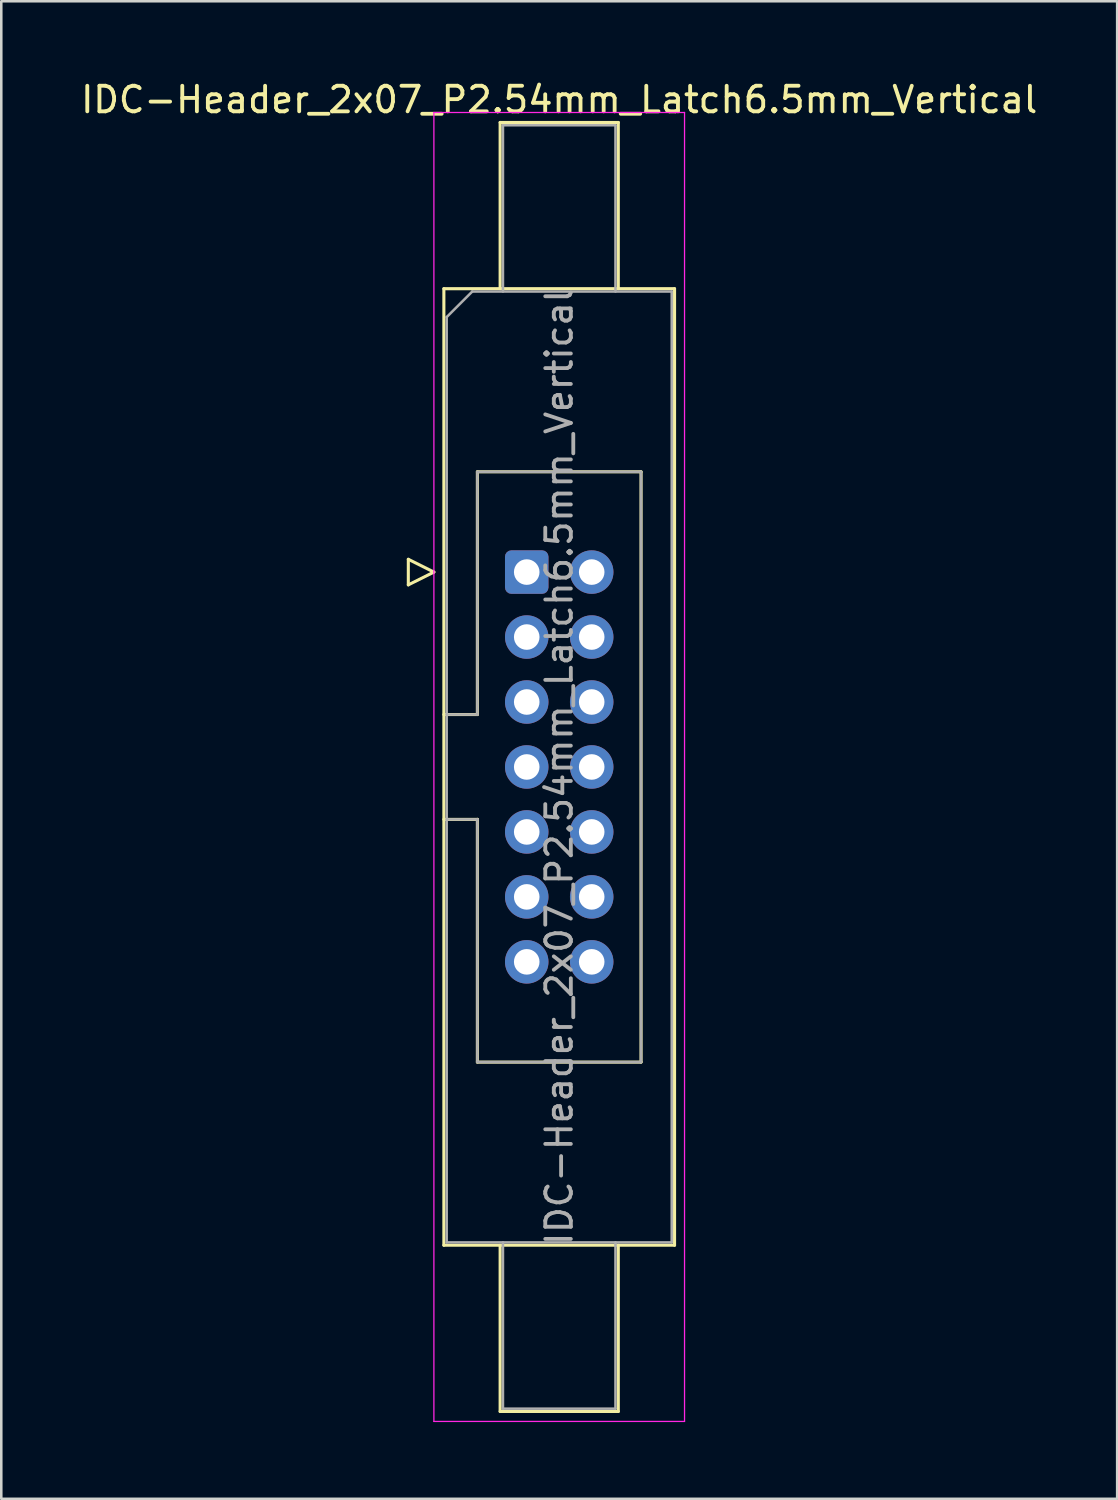
<source format=kicad_pcb>
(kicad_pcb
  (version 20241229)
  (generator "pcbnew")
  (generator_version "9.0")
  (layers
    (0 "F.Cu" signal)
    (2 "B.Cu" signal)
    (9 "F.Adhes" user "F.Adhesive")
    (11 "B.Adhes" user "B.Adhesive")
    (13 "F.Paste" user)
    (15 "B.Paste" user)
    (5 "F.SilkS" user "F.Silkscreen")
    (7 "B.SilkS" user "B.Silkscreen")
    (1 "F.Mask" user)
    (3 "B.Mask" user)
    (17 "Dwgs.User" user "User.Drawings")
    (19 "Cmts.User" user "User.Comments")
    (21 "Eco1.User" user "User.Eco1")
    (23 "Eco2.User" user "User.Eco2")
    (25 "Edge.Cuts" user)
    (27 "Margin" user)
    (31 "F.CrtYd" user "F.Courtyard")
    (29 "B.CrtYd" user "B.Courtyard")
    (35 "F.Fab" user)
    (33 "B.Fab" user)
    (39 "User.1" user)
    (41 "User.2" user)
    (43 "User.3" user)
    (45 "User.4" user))
  (footprint "IDC-Header_2x07_P2.54mm_Latch6.5mm_Vertical"
    (layer "F.Cu")
    (at 17.545 19.318)
    (property "Reference" "IDC-Header_2x07_P2.54mm_Latch6.5mm_Vertical" (at 1.27 -18.47 0) (layer "F.SilkS") (effects (font (size 1 1) (thickness 0.15))))
    (attr through_hole)
    (fp_line (start -4.63 -0.5) (end -4.63 0.5) (stroke (width 0.12) (type solid)) (layer "F.SilkS"))
    (fp_line (start -4.63 0.5) (end -3.63 0) (stroke (width 0.12) (type solid)) (layer "F.SilkS"))
    (fp_line (start -3.63 0) (end -4.63 -0.5) (stroke (width 0.12) (type solid)) (layer "F.SilkS"))
    (fp_line (start -3.24 -11.08) (end 5.78 -11.08) (stroke (width 0.12) (type solid)) (layer "F.SilkS"))
    (fp_line (start -3.24 5.57) (end -1.93 5.57) (stroke (width 0.12) (type solid)) (layer "F.SilkS"))
    (fp_line (start -3.24 26.32) (end -3.24 -11.08) (stroke (width 0.12) (type solid)) (layer "F.SilkS"))
    (fp_line (start -1.93 -3.92) (end 4.47 -3.92) (stroke (width 0.12) (type solid)) (layer "F.SilkS"))
    (fp_line (start -1.93 5.57) (end -1.93 -3.92) (stroke (width 0.12) (type solid)) (layer "F.SilkS"))
    (fp_line (start -1.93 9.67) (end -3.24 9.67) (stroke (width 0.12) (type solid)) (layer "F.SilkS"))
    (fp_line (start -1.93 9.67) (end -1.93 9.67) (stroke (width 0.12) (type solid)) (layer "F.SilkS"))
    (fp_line (start -1.93 19.16) (end -1.93 9.67) (stroke (width 0.12) (type solid)) (layer "F.SilkS"))
    (fp_line (start -1.04 -17.58) (end 3.58 -17.58) (stroke (width 0.12) (type solid)) (layer "F.SilkS"))
    (fp_line (start -1.04 -11.08) (end -1.04 -17.58) (stroke (width 0.12) (type solid)) (layer "F.SilkS"))
    (fp_line (start -1.04 26.32) (end -1.04 32.82) (stroke (width 0.12) (type solid)) (layer "F.SilkS"))
    (fp_line (start -1.04 32.82) (end 3.58 32.82) (stroke (width 0.12) (type solid)) (layer "F.SilkS"))
    (fp_line (start 3.58 -17.58) (end 3.58 -11.08) (stroke (width 0.12) (type solid)) (layer "F.SilkS"))
    (fp_line (start 3.58 32.82) (end 3.58 26.32) (stroke (width 0.12) (type solid)) (layer "F.SilkS"))
    (fp_line (start 4.47 -3.92) (end 4.47 19.16) (stroke (width 0.12) (type solid)) (layer "F.SilkS"))
    (fp_line (start 4.47 19.16) (end -1.93 19.16) (stroke (width 0.12) (type solid)) (layer "F.SilkS"))
    (fp_line (start 5.78 -11.08) (end 5.78 26.32) (stroke (width 0.12) (type solid)) (layer "F.SilkS"))
    (fp_line (start 5.78 26.32) (end -3.24 26.32) (stroke (width 0.12) (type solid)) (layer "F.SilkS"))
    (fp_line (start -3.63 -17.97) (end -3.63 33.21) (stroke (width 0.05) (type solid)) (layer "F.CrtYd"))
    (fp_line (start -3.63 33.21) (end 6.17 33.21) (stroke (width 0.05) (type solid)) (layer "F.CrtYd"))
    (fp_line (start 6.17 -17.97) (end -3.63 -17.97) (stroke (width 0.05) (type solid)) (layer "F.CrtYd"))
    (fp_line (start 6.17 33.21) (end 6.17 -17.97) (stroke (width 0.05) (type solid)) (layer "F.CrtYd"))
    (fp_line (start -3.13 -9.97) (end -2.13 -10.97) (stroke (width 0.1) (type solid)) (layer "F.Fab"))
    (fp_line (start -3.13 5.57) (end -1.93 5.57) (stroke (width 0.1) (type solid)) (layer "F.Fab"))
    (fp_line (start -3.13 26.21) (end -3.13 -9.97) (stroke (width 0.1) (type solid)) (layer "F.Fab"))
    (fp_line (start -2.13 -10.97) (end 5.67 -10.97) (stroke (width 0.1) (type solid)) (layer "F.Fab"))
    (fp_line (start -1.93 -3.92) (end 4.47 -3.92) (stroke (width 0.1) (type solid)) (layer "F.Fab"))
    (fp_line (start -1.93 5.57) (end -1.93 -3.92) (stroke (width 0.1) (type solid)) (layer "F.Fab"))
    (fp_line (start -1.93 9.67) (end -3.13 9.67) (stroke (width 0.1) (type solid)) (layer "F.Fab"))
    (fp_line (start -1.93 9.67) (end -1.93 9.67) (stroke (width 0.1) (type solid)) (layer "F.Fab"))
    (fp_line (start -1.93 19.16) (end -1.93 9.67) (stroke (width 0.1) (type solid)) (layer "F.Fab"))
    (fp_line (start -0.93 -17.47) (end 3.47 -17.47) (stroke (width 0.1) (type solid)) (layer "F.Fab"))
    (fp_line (start -0.93 -10.97) (end -0.93 -17.47) (stroke (width 0.1) (type solid)) (layer "F.Fab"))
    (fp_line (start -0.93 26.21) (end -0.93 32.71) (stroke (width 0.1) (type solid)) (layer "F.Fab"))
    (fp_line (start -0.93 32.71) (end 3.47 32.71) (stroke (width 0.1) (type solid)) (layer "F.Fab"))
    (fp_line (start 3.47 -17.47) (end 3.47 -10.97) (stroke (width 0.1) (type solid)) (layer "F.Fab"))
    (fp_line (start 3.47 32.71) (end 3.47 26.21) (stroke (width 0.1) (type solid)) (layer "F.Fab"))
    (fp_line (start 4.47 -3.92) (end 4.47 19.16) (stroke (width 0.1) (type solid)) (layer "F.Fab"))
    (fp_line (start 4.47 19.16) (end -1.93 19.16) (stroke (width 0.1) (type solid)) (layer "F.Fab"))
    (fp_line (start 5.67 -10.97) (end 5.67 26.21) (stroke (width 0.1) (type solid)) (layer "F.Fab"))
    (fp_line (start 5.67 26.21) (end -3.13 26.21) (stroke (width 0.1) (type solid)) (layer "F.Fab"))
    (fp_text user "${REFERENCE}" (at 1.27 7.62 90) (layer "F.Fab") (effects (font (size 1 1) (thickness 0.15))))
    (pad "1" thru_hole roundrect (at 0 0) (size 1.7 1.7) (drill 1) (layers "*.Cu" "*.Mask") (roundrect_rratio 0.147))
    (pad "2" thru_hole circle (at 2.54 0) (size 1.7 1.7) (drill 1) (layers "*.Cu" "*.Mask"))
    (pad "3" thru_hole circle (at 0 2.54) (size 1.7 1.7) (drill 1) (layers "*.Cu" "*.Mask"))
    (pad "4" thru_hole circle (at 2.54 2.54) (size 1.7 1.7) (drill 1) (layers "*.Cu" "*.Mask"))
    (pad "5" thru_hole circle (at 0 5.08) (size 1.7 1.7) (drill 1) (layers "*.Cu" "*.Mask"))
    (pad "6" thru_hole circle (at 2.54 5.08) (size 1.7 1.7) (drill 1) (layers "*.Cu" "*.Mask"))
    (pad "7" thru_hole circle (at 0 7.62) (size 1.7 1.7) (drill 1) (layers "*.Cu" "*.Mask"))
    (pad "8" thru_hole circle (at 2.54 7.62) (size 1.7 1.7) (drill 1) (layers "*.Cu" "*.Mask"))
    (pad "9" thru_hole circle (at 0 10.16) (size 1.7 1.7) (drill 1) (layers "*.Cu" "*.Mask"))
    (pad "10" thru_hole circle (at 2.54 10.16) (size 1.7 1.7) (drill 1) (layers "*.Cu" "*.Mask"))
    (pad "11" thru_hole circle (at 0 12.7) (size 1.7 1.7) (drill 1) (layers "*.Cu" "*.Mask"))
    (pad "12" thru_hole circle (at 2.54 12.7) (size 1.7 1.7) (drill 1) (layers "*.Cu" "*.Mask"))
    (pad "13" thru_hole circle (at 0 15.24) (size 1.7 1.7) (drill 1) (layers "*.Cu" "*.Mask"))
    (pad "14" thru_hole circle (at 2.54 15.24) (size 1.7 1.7) (drill 1) (layers "*.Cu" "*.Mask")))
  (gr_rect
    (start -3 -3)
    (end 40.631 55.553)
    (stroke (width 0.1) (type default))
    (fill no)
    (layer "Edge.Cuts")))
</source>
